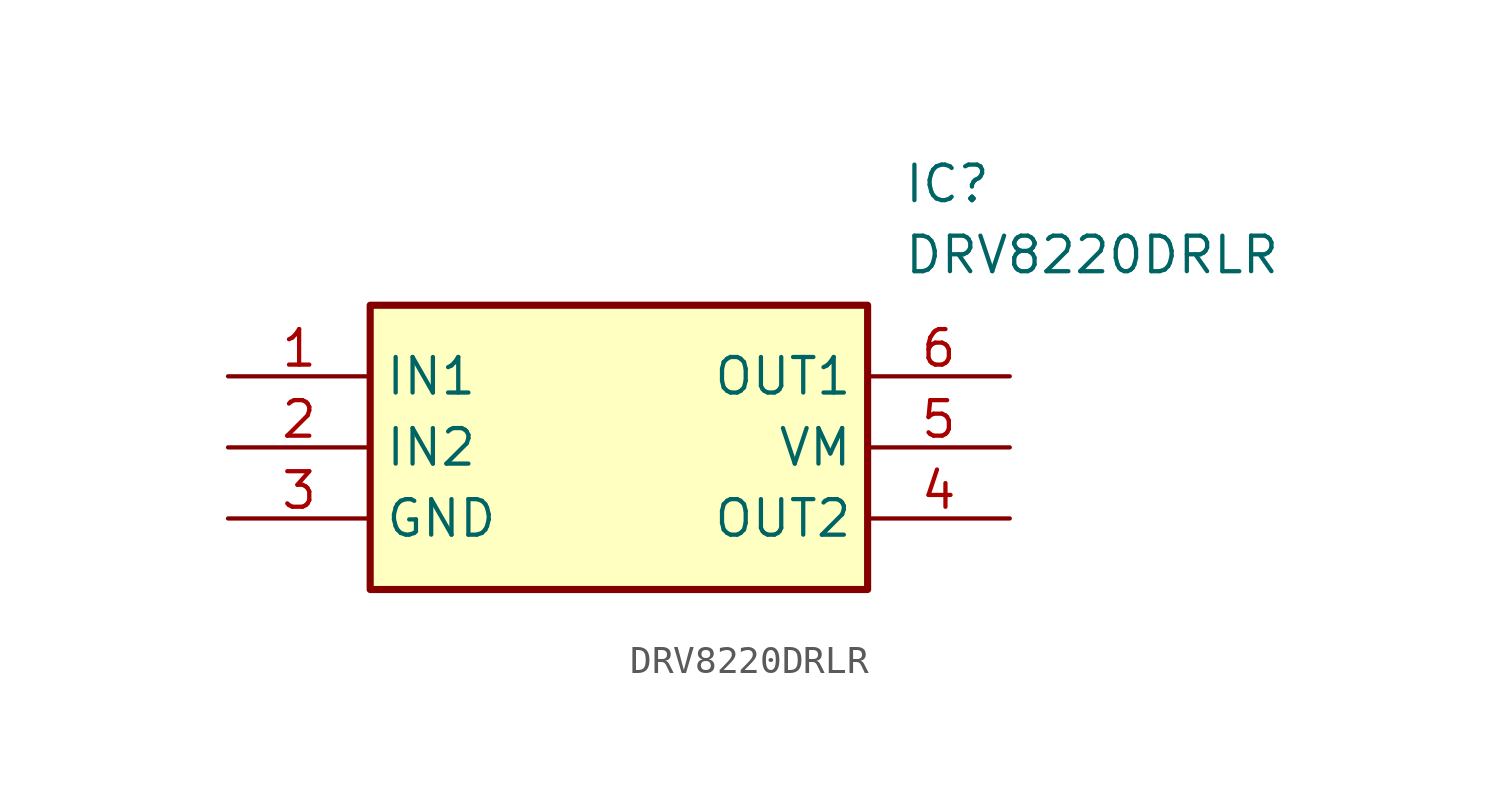
<source format=kicad_sym>
(kicad_symbol_lib
  (version 20241209)
  (generator "kicad_symbol_editor")
  (generator_version "9.0")
  (symbol "DRV8220DRLR"
    (property "Reference" "IC"
      (at 24.13 7.62 0)
      (effects (font (size 1.27 1.27)) (justify left top)))
    (property "Value" "DRV8220DRLR"
      (at 24.13 5.08 0)
      (effects (font (size 1.27 1.27)) (justify left top)))
    (symbol "DRV8220DRLR_1_1"
      (rectangle (start 5.08 2.54) (end 22.86 -7.62) (stroke (width 0.254) (type default)) (fill (type background)))
      (pin passive line (at 0 0 0) (length 5.08) (name "IN1" (effects (font (size 1.27 1.27)))) (number "1" (effects (font (size 1.27 1.27)))))
      (pin passive line (at 0 -2.54 0) (length 5.08) (name "IN2" (effects (font (size 1.27 1.27)))) (number "2" (effects (font (size 1.27 1.27)))))
      (pin passive line (at 0 -5.08 0) (length 5.08) (name "GND" (effects (font (size 1.27 1.27)))) (number "3" (effects (font (size 1.27 1.27)))))
      (pin passive line (at 27.94 0 180) (length 5.08) (name "OUT1" (effects (font (size 1.27 1.27)))) (number "6" (effects (font (size 1.27 1.27)))))
      (pin passive line (at 27.94 -2.54 180) (length 5.08) (name "VM" (effects (font (size 1.27 1.27)))) (number "5" (effects (font (size 1.27 1.27)))))
      (pin passive line (at 27.94 -5.08 180) (length 5.08) (name "OUT2" (effects (font (size 1.27 1.27)))) (number "4" (effects (font (size 1.27 1.27))))))))
</source>
